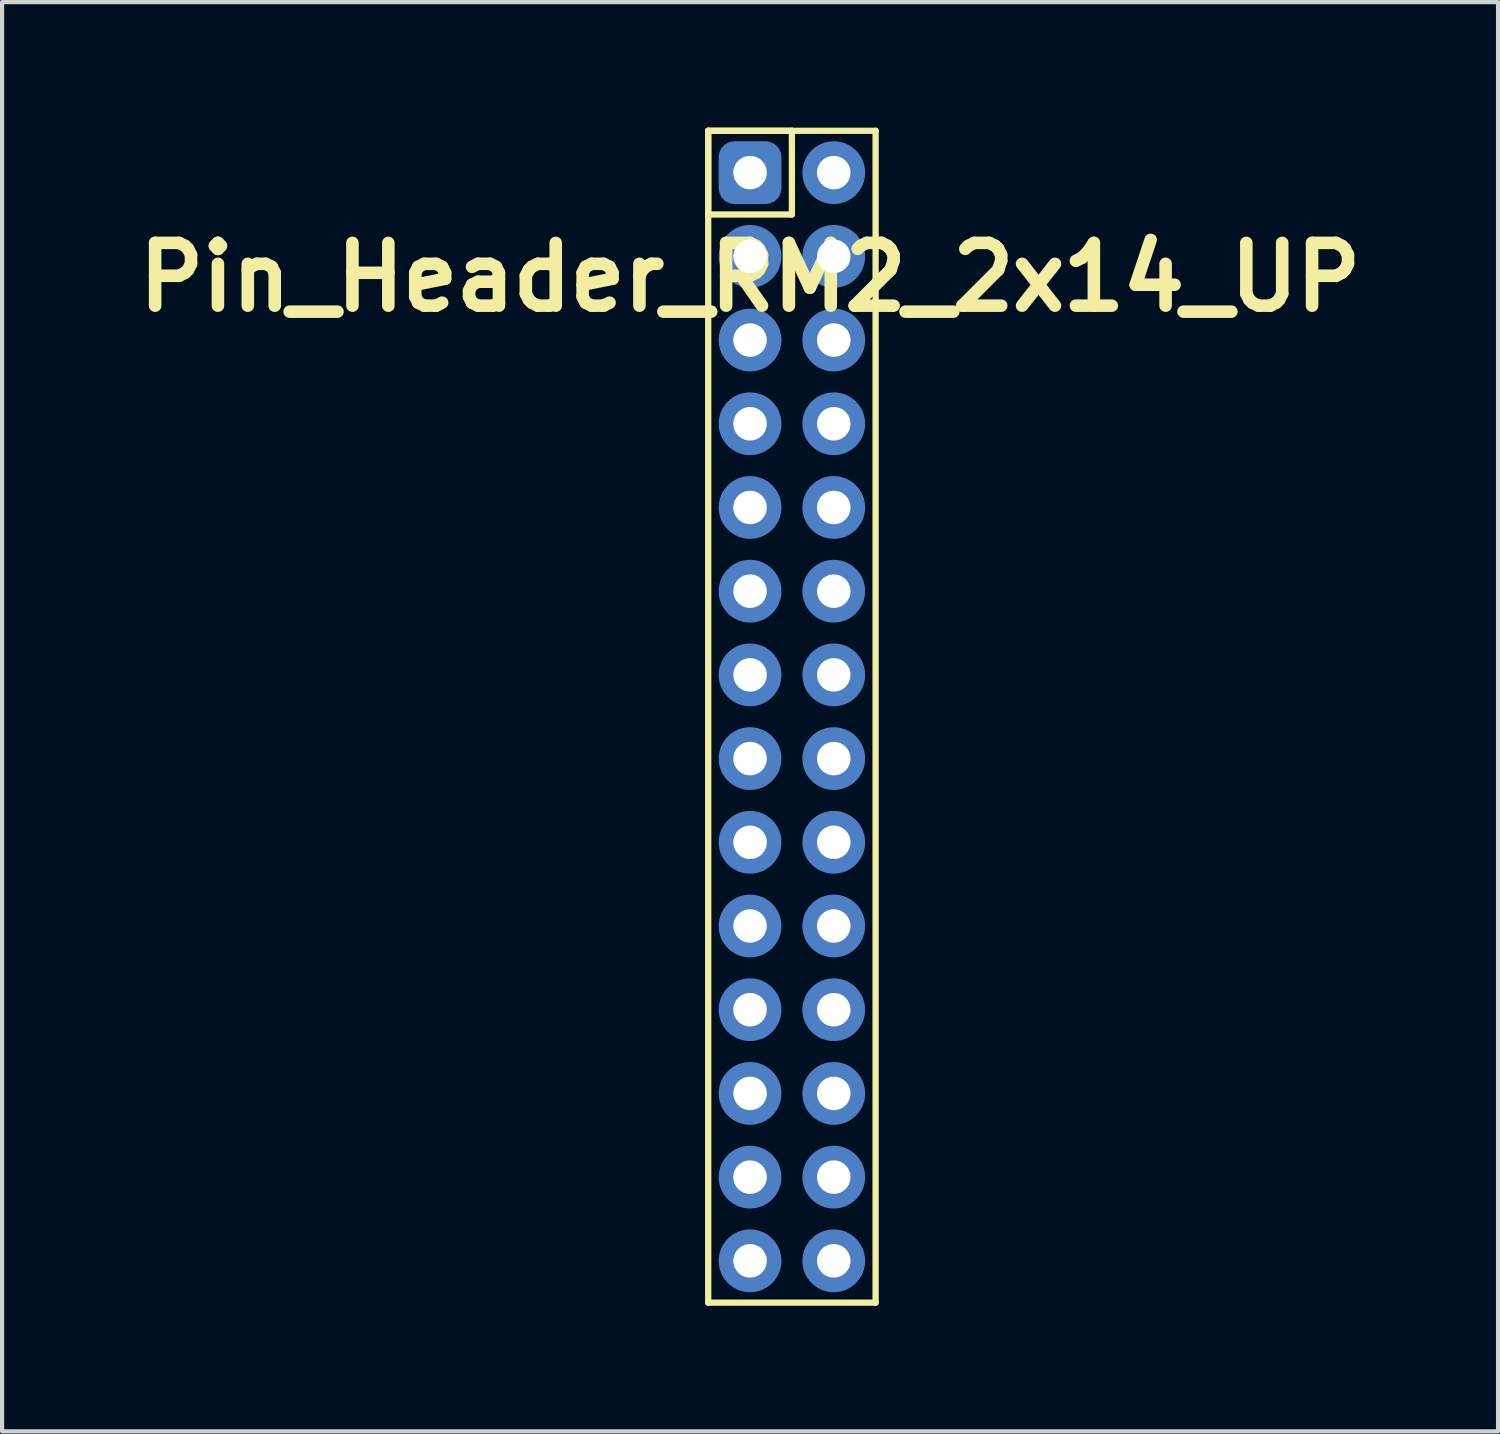
<source format=kicad_pcb>
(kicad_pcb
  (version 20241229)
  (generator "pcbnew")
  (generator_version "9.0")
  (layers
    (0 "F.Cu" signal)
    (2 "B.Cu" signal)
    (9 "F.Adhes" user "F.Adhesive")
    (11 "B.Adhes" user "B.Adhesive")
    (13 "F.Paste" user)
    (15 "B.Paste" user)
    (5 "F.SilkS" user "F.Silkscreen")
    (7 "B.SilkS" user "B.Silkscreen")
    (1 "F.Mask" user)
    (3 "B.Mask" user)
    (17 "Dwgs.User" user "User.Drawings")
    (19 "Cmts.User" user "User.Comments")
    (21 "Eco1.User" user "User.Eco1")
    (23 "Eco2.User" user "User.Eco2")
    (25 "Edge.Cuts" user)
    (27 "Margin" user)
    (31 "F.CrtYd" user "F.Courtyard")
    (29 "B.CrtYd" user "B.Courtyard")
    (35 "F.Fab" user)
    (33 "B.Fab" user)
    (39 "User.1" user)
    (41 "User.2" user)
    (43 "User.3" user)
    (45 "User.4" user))
  (footprint "Pin_Header_RM2_2x14_UP"
    (layer "F.Cu")
    (at 14.871 1.075)
    (property "Reference" "Pin_Header_RM2_2x14_UP" (at 0 2.5 0) (layer "F.SilkS") (effects (font (size 1.5 1.5) (thickness 0.3))))
    (attr through_hole)
    (fp_line (start -1 -1) (end 1 -1) (stroke (width 0.15) (type solid)) (layer "F.SilkS"))
    (fp_line (start -1 -1) (end 3 -1) (stroke (width 0.15) (type solid)) (layer "F.SilkS"))
    (fp_line (start -1 1) (end -1 -1) (stroke (width 0.15) (type solid)) (layer "F.SilkS"))
    (fp_line (start -1 27) (end -1 -1) (stroke (width 0.15) (type solid)) (layer "F.SilkS"))
    (fp_line (start 1 -1) (end 1 1) (stroke (width 0.15) (type solid)) (layer "F.SilkS"))
    (fp_line (start 1 1) (end -1 1) (stroke (width 0.15) (type solid)) (layer "F.SilkS"))
    (fp_line (start 3 -1) (end 3 27) (stroke (width 0.15) (type solid)) (layer "F.SilkS"))
    (fp_line (start 3 27) (end -1 27) (stroke (width 0.15) (type solid)) (layer "F.SilkS"))
    (pad "1" thru_hole circle (at 0 0) (size 1.1 1.1) (drill 0.8) (layers "*.Cu" "*.Mask"))
    (pad "1" smd roundrect (at 0 0) (size 1.25 1.25) (layers "F.Cu" "F.Mask") (roundrect_rratio 0.25))
    (pad "1" smd roundrect (at 0 0) (size 1.5 1.5) (layers "B.Cu" "B.Mask") (roundrect_rratio 0.25))
    (pad "2" thru_hole circle (at 2 0) (size 1.1 1.1) (drill 0.8) (layers "*.Cu" "*.Mask"))
    (pad "2" smd circle (at 2 0) (size 1.25 1.25) (layers "F.Cu" "F.Mask"))
    (pad "2" smd circle (at 2 0) (size 1.5 1.5) (layers "B.Cu" "B.Mask"))
    (pad "3" thru_hole circle (at 0 2) (size 1.1 1.1) (drill 0.8) (layers "*.Cu" "*.Mask"))
    (pad "3" smd circle (at 0 2) (size 1.25 1.25) (layers "F.Cu" "F.Mask"))
    (pad "3" smd circle (at 0 2) (size 1.5 1.5) (layers "B.Cu" "B.Mask"))
    (pad "4" thru_hole circle (at 2 2) (size 1.1 1.1) (drill 0.8) (layers "*.Cu" "*.Mask"))
    (pad "4" smd circle (at 2 2) (size 1.25 1.25) (layers "F.Cu" "F.Mask"))
    (pad "4" smd circle (at 2 2) (size 1.5 1.5) (layers "B.Cu" "B.Mask"))
    (pad "5" thru_hole circle (at 0 4) (size 1.1 1.1) (drill 0.8) (layers "*.Cu" "*.Mask"))
    (pad "5" smd circle (at 0 4) (size 1.25 1.25) (layers "F.Cu" "F.Mask"))
    (pad "5" smd circle (at 0 4) (size 1.5 1.5) (layers "B.Cu" "B.Mask"))
    (pad "6" thru_hole circle (at 2 4) (size 1.1 1.1) (drill 0.8) (layers "*.Cu" "*.Mask"))
    (pad "6" smd circle (at 2 4) (size 1.25 1.25) (layers "F.Cu" "F.Mask"))
    (pad "6" smd circle (at 2 4) (size 1.5 1.5) (layers "B.Cu" "B.Mask"))
    (pad "7" thru_hole circle (at 0 6) (size 1.1 1.1) (drill 0.8) (layers "*.Cu" "*.Mask"))
    (pad "7" smd circle (at 0 6) (size 1.25 1.25) (layers "F.Cu" "F.Mask"))
    (pad "7" smd circle (at 0 6) (size 1.5 1.5) (layers "B.Cu" "B.Mask"))
    (pad "8" thru_hole circle (at 2 6) (size 1.1 1.1) (drill 0.8) (layers "*.Cu" "*.Mask"))
    (pad "8" smd circle (at 2 6) (size 1.25 1.25) (layers "F.Cu" "F.Mask"))
    (pad "8" smd circle (at 2 6) (size 1.5 1.5) (layers "B.Cu" "B.Mask"))
    (pad "9" thru_hole circle (at 0 8) (size 1.1 1.1) (drill 0.8) (layers "*.Cu" "*.Mask"))
    (pad "9" smd circle (at 0 8) (size 1.25 1.25) (layers "F.Cu" "F.Mask"))
    (pad "9" smd circle (at 0 8) (size 1.5 1.5) (layers "B.Cu" "B.Mask"))
    (pad "10" thru_hole circle (at 2 8) (size 1.1 1.1) (drill 0.8) (layers "*.Cu" "*.Mask"))
    (pad "10" smd circle (at 2 8) (size 1.25 1.25) (layers "F.Cu" "F.Mask"))
    (pad "10" smd circle (at 2 8) (size 1.5 1.5) (layers "B.Cu" "B.Mask"))
    (pad "11" thru_hole circle (at 0 10) (size 1.1 1.1) (drill 0.8) (layers "*.Cu" "*.Mask"))
    (pad "11" smd circle (at 0 10) (size 1.25 1.25) (layers "F.Cu" "F.Mask"))
    (pad "11" smd circle (at 0 10) (size 1.5 1.5) (layers "B.Cu" "B.Mask"))
    (pad "12" thru_hole circle (at 2 10) (size 1.1 1.1) (drill 0.8) (layers "*.Cu" "*.Mask"))
    (pad "12" smd circle (at 2 10) (size 1.25 1.25) (layers "F.Cu" "F.Mask"))
    (pad "12" smd circle (at 2 10) (size 1.5 1.5) (layers "B.Cu" "B.Mask"))
    (pad "13" thru_hole circle (at 0 12) (size 1.1 1.1) (drill 0.8) (layers "*.Cu" "*.Mask"))
    (pad "13" smd circle (at 0 12) (size 1.25 1.25) (layers "F.Cu" "F.Mask"))
    (pad "13" smd circle (at 0 12) (size 1.5 1.5) (layers "B.Cu" "B.Mask"))
    (pad "14" thru_hole circle (at 2 12) (size 1.1 1.1) (drill 0.8) (layers "*.Cu" "*.Mask"))
    (pad "14" smd circle (at 2 12) (size 1.25 1.25) (layers "F.Cu" "F.Mask"))
    (pad "14" smd circle (at 2 12) (size 1.5 1.5) (layers "B.Cu" "B.Mask"))
    (pad "15" thru_hole circle (at 0 14) (size 1.1 1.1) (drill 0.8) (layers "*.Cu" "*.Mask"))
    (pad "15" smd circle (at 0 14) (size 1.25 1.25) (layers "F.Cu" "F.Mask"))
    (pad "15" smd circle (at 0 14) (size 1.5 1.5) (layers "B.Cu" "B.Mask"))
    (pad "16" thru_hole circle (at 2 14) (size 1.1 1.1) (drill 0.8) (layers "*.Cu" "*.Mask"))
    (pad "16" smd circle (at 2 14) (size 1.25 1.25) (layers "F.Cu" "F.Mask"))
    (pad "16" smd circle (at 2 14) (size 1.5 1.5) (layers "B.Cu" "B.Mask"))
    (pad "17" thru_hole circle (at 0 16) (size 1.1 1.1) (drill 0.8) (layers "*.Cu" "*.Mask"))
    (pad "17" smd circle (at 0 16) (size 1.25 1.25) (layers "F.Cu" "F.Mask"))
    (pad "17" smd circle (at 0 16) (size 1.5 1.5) (layers "B.Cu" "B.Mask"))
    (pad "18" thru_hole circle (at 2 16) (size 1.1 1.1) (drill 0.8) (layers "*.Cu" "*.Mask"))
    (pad "18" smd circle (at 2 16) (size 1.25 1.25) (layers "F.Cu" "F.Mask"))
    (pad "18" smd circle (at 2 16) (size 1.5 1.5) (layers "B.Cu" "B.Mask"))
    (pad "19" thru_hole circle (at 0 18) (size 1.1 1.1) (drill 0.8) (layers "*.Cu" "*.Mask"))
    (pad "19" smd circle (at 0 18) (size 1.25 1.25) (layers "F.Cu" "F.Mask"))
    (pad "19" smd circle (at 0 18) (size 1.5 1.5) (layers "B.Cu" "B.Mask"))
    (pad "20" thru_hole circle (at 2 18) (size 1.1 1.1) (drill 0.8) (layers "*.Cu" "*.Mask"))
    (pad "20" smd circle (at 2 18) (size 1.25 1.25) (layers "F.Cu" "F.Mask"))
    (pad "20" smd circle (at 2 18) (size 1.5 1.5) (layers "B.Cu" "B.Mask"))
    (pad "21" thru_hole circle (at 0 20) (size 1.1 1.1) (drill 0.8) (layers "*.Cu" "*.Mask"))
    (pad "21" smd circle (at 0 20) (size 1.25 1.25) (layers "F.Cu" "F.Mask"))
    (pad "21" smd circle (at 0 20) (size 1.5 1.5) (layers "B.Cu" "B.Mask"))
    (pad "22" thru_hole circle (at 2 20) (size 1.1 1.1) (drill 0.8) (layers "*.Cu" "*.Mask"))
    (pad "22" smd circle (at 2 20) (size 1.25 1.25) (layers "F.Cu" "F.Mask"))
    (pad "22" smd circle (at 2 20) (size 1.5 1.5) (layers "B.Cu" "B.Mask"))
    (pad "23" thru_hole circle (at 0 22) (size 1.1 1.1) (drill 0.8) (layers "*.Cu" "*.Mask"))
    (pad "23" smd circle (at 0 22) (size 1.25 1.25) (layers "F.Cu" "F.Mask"))
    (pad "23" smd circle (at 0 22) (size 1.5 1.5) (layers "B.Cu" "B.Mask"))
    (pad "24" thru_hole circle (at 2 22) (size 1.1 1.1) (drill 0.8) (layers "*.Cu" "*.Mask"))
    (pad "24" smd circle (at 2 22) (size 1.25 1.25) (layers "F.Cu" "F.Mask"))
    (pad "24" smd circle (at 2 22) (size 1.5 1.5) (layers "B.Cu" "B.Mask"))
    (pad "25" thru_hole circle (at 0 24) (size 1.1 1.1) (drill 0.8) (layers "*.Cu" "*.Mask"))
    (pad "25" smd circle (at 0 24) (size 1.25 1.25) (layers "F.Cu" "F.Mask"))
    (pad "25" smd circle (at 0 24) (size 1.5 1.5) (layers "B.Cu" "B.Mask"))
    (pad "26" thru_hole circle (at 2 24) (size 1.1 1.1) (drill 0.8) (layers "*.Cu" "*.Mask"))
    (pad "26" smd circle (at 2 24) (size 1.25 1.25) (layers "F.Cu" "F.Mask"))
    (pad "26" smd circle (at 2 24) (size 1.5 1.5) (layers "B.Cu" "B.Mask"))
    (pad "27" thru_hole circle (at 0 26) (size 1.1 1.1) (drill 0.8) (layers "*.Cu" "*.Mask"))
    (pad "27" smd circle (at 0 26) (size 1.25 1.25) (layers "F.Cu" "F.Mask"))
    (pad "27" smd circle (at 0 26) (size 1.5 1.5) (layers "B.Cu" "B.Mask"))
    (pad "28" thru_hole circle (at 2 26) (size 1.1 1.1) (drill 0.8) (layers "*.Cu" "*.Mask"))
    (pad "28" smd circle (at 2 26) (size 1.25 1.25) (layers "F.Cu" "F.Mask"))
    (pad "28" smd circle (at 2 26) (size 1.5 1.5) (layers "B.Cu" "B.Mask")))
  (gr_rect
    (start -3 -3)
    (end 32.743 31.15)
    (stroke (width 0.1) (type default))
    (fill no)
    (layer "Edge.Cuts")))
</source>
